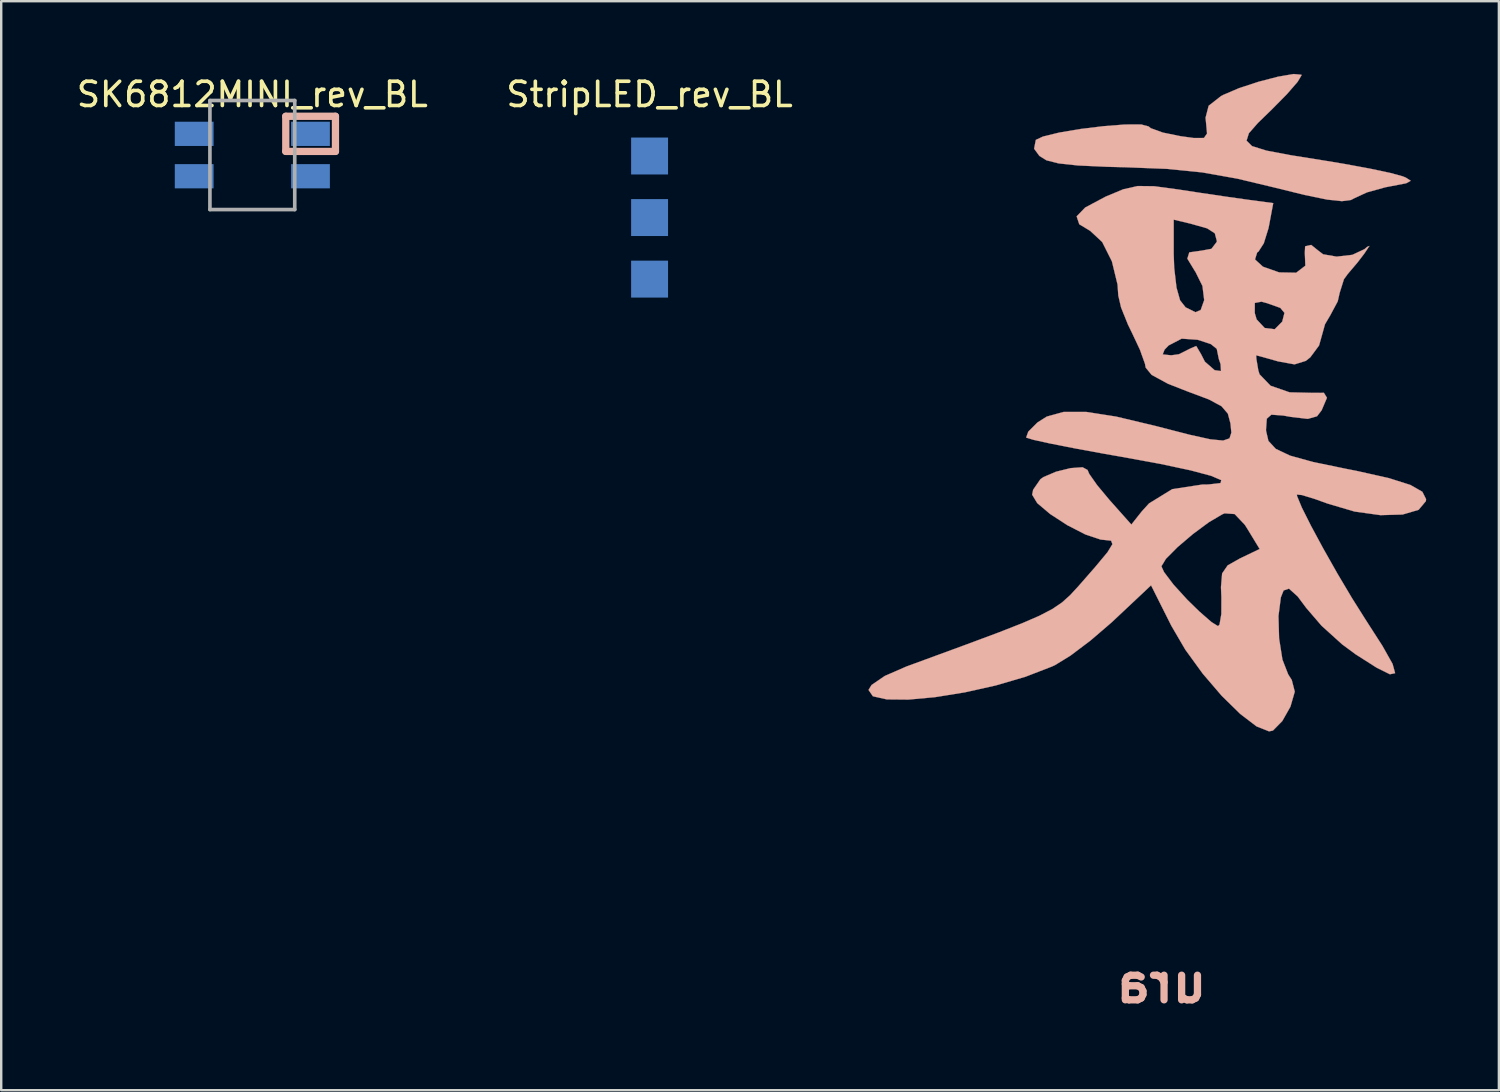
<source format=kicad_pcb>
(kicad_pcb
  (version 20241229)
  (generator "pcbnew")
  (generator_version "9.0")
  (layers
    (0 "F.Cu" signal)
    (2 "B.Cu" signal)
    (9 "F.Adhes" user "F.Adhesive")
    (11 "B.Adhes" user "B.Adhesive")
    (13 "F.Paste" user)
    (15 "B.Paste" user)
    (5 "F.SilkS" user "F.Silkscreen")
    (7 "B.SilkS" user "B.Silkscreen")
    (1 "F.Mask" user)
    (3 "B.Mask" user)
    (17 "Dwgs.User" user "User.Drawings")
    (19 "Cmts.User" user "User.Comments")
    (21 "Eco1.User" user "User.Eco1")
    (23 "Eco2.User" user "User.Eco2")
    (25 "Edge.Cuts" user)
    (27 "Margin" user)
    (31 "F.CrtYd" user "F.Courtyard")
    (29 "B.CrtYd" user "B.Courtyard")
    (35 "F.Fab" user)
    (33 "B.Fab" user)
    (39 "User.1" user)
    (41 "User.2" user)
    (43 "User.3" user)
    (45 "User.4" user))
  (footprint "ura"
    (layer "F.Cu")
    (at 47.417 14.66)
    (property "Reference" "ura" (at -2.54 22.86 180) (layer "B.SilkS") (effects (font (size 1.524 1.524) (thickness 0.3)) (justify mirror)))
    (attr through_hole)
    (fp_poly (pts (xy 2.272 -14.545) (xy 1.468 -14.336) (xy 0.66 -14.071) (xy 0.004 -13.79) (xy -0.082 -13.743) (xy -0.59 -13.346) (xy -0.718 -12.853) (xy -0.696 -12.627) (xy -0.657 -12.2) (xy -0.785 -12.017) (xy -1.205 -12.015) (xy -1.757 -12.091) (xy -2.483 -12.24) (xy -2.975 -12.418) (xy -3.071 -12.494) (xy -3.379 -12.575) (xy -4.043 -12.572) (xy -4.921 -12.504) (xy -5.872 -12.388) (xy -6.753 -12.24) (xy -7.423 -12.077) (xy -7.723 -11.937) (xy -7.793 -11.573) (xy -7.575 -11.276) (xy -7.285 -11.095) (xy -6.78 -10.967) (xy -5.978 -10.881) (xy -4.794 -10.827) (xy -4.03 -10.808) (xy -2.311 -10.741) (xy -0.853 -10.595) (xy 0.587 -10.339) (xy 2.063 -9.987) (xy 3.383 -9.662) (xy 4.303 -9.473) (xy 4.909 -9.409) (xy 5.284 -9.458) (xy 5.434 -9.537) (xy 5.944 -9.772) (xy 6.699 -9.981) (xy 6.927 -10.025) (xy 7.561 -10.147) (xy 7.749 -10.25) (xy 7.547 -10.381) (xy 7.416 -10.434) (xy 6.921 -10.57) (xy 6.063 -10.752) (xy 4.982 -10.951) (xy 4.26 -11.071) (xy 2.799 -11.305) (xy 1.794 -11.495) (xy 1.2 -11.681) (xy 0.974 -11.906) (xy 1.07 -12.211) (xy 1.444 -12.638) (xy 2.005 -13.182) (xy 2.642 -13.827) (xy 3.083 -14.335) (xy 3.245 -14.609) (xy 3.239 -14.626) (xy 2.915 -14.655) (xy 2.272 -14.545)) (stroke (width 0.01) (type solid)) (fill yes) (layer "B.SilkS"))
    (fp_poly (pts (xy -4.117 -9.898) (xy -4.836 -9.598) (xy -4.849 -9.592) (xy -5.683 -9.148) (xy -6.038 -8.781) (xy -5.93 -8.456) (xy -5.476 -8.181) (xy -4.983 -7.722) (xy -4.583 -6.926) (xy -4.35 -5.968) (xy -4.319 -5.514) (xy -4.205 -5.023) (xy -3.919 -4.313) (xy -3.761 -3.99) (xy -3.424 -3.273) (xy -3.218 -2.697) (xy -3.189 -2.54) (xy -2.942 -2.239) (xy -2.266 -1.872) (xy -1.486 -1.566) (xy -0.585 -1.228) (xy -0.06 -0.947) (xy 0.202 -0.641) (xy 0.311 -0.233) (xy 0.347 0.146) (xy 0.27 0.38) (xy 0.008 0.47) (xy -0.515 0.42) (xy -1.373 0.231) (xy -2.639 -0.095) (xy -2.781 -0.132) (xy -4.409 -0.519) (xy -5.648 -0.712) (xy -6.575 -0.711) (xy -7.269 -0.52) (xy -7.655 -0.276) (xy -8.034 0.103) (xy -8.121 0.345) (xy -8.118 0.348) (xy -7.832 0.437) (xy -7.135 0.591) (xy -6.118 0.791) (xy -4.871 1.02) (xy -4.186 1.14) (xy -2.569 1.436) (xy -1.328 1.701) (xy -0.487 1.926) (xy -0.07 2.104) (xy -0.101 2.225) (xy -0.603 2.283) (xy -0.855 2.286) (xy -2.092 2.475) (xy -3.049 3.063) (xy -3.351 3.395) (xy -3.78 3.936) (xy -4.684 2.92) (xy -5.191 2.312) (xy -5.519 1.845) (xy -5.588 1.683) (xy -5.794 1.572) (xy -6.289 1.608) (xy -6.887 1.755) (xy -7.405 1.976) (xy -7.532 2.065) (xy -7.833 2.5) (xy -7.874 2.704) (xy -7.664 3.052) (xy -7.13 3.503) (xy -6.418 3.965) (xy -5.676 4.346) (xy -5.048 4.556) (xy -4.888 4.572) (xy -4.615 4.603) (xy -4.562 4.747) (xy -4.765 5.079) (xy -5.261 5.675) (xy -5.588 6.049) (xy -5.978 6.495) (xy -6.306 6.85) (xy -6.637 7.148) (xy -7.035 7.419) (xy -7.563 7.695) (xy -8.285 8.009) (xy -9.265 8.393) (xy -10.568 8.879) (xy -12.256 9.499) (xy -13.061 9.794) (xy -13.955 10.184) (xy -14.501 10.557) (xy -14.626 10.761) (xy -14.446 11.023) (xy -13.869 11.152) (xy -12.984 11.16) (xy -11.88 11.059) (xy -10.646 10.86) (xy -9.372 10.575) (xy -8.147 10.216) (xy -7.06 9.796) (xy -6.929 9.736) (xy -6.291 9.344) (xy -5.46 8.717) (xy -4.602 7.98) (xy -4.483 7.869) (xy -2.967 6.444) (xy -2.13 8.112) (xy -1.552 9.101) (xy -0.835 10.089) (xy -0.055 10.999) (xy 0.712 11.751) (xy 1.39 12.268) (xy 1.904 12.471) (xy 2.062 12.438) (xy 2.449 12.045) (xy 2.785 11.451) (xy 2.964 10.833) (xy 2.84 10.351) (xy 2.692 10.118) (xy 2.455 9.511) (xy 2.317 8.638) (xy 2.291 7.711) (xy 2.389 6.942) (xy 2.502 6.657) (xy 2.724 6.581) (xy 3.084 6.904) (xy 3.434 7.373) (xy 4.068 8.111) (xy 4.916 8.878) (xy 5.47 9.288) (xy 6.347 9.846) (xy 6.89 10.115) (xy 7.105 10.07) (xy 7 9.688) (xy 6.581 8.943) (xy 5.876 7.846) (xy 5.324 6.97) (xy 4.727 5.965) (xy 4.15 4.945) (xy 1.514 4.945) (xy 0.694 5.339) (xy 0.195 5.621) (xy -0.034 5.953) (xy -0.082 6.517) (xy -0.065 6.931) (xy -0.067 7.63) (xy -0.141 8.061) (xy -0.203 8.128) (xy -0.474 7.96) (xy -0.974 7.524) (xy -1.471 7.039) (xy -2.042 6.412) (xy -2.43 5.899) (xy -2.54 5.659) (xy -2.351 5.347) (xy -1.872 4.866) (xy -1.236 4.325) (xy -0.576 3.837) (xy -0.025 3.513) (xy 0.07 3.474) (xy 0.482 3.503) (xy 0.902 3.946) (xy 1.018 4.129) (xy 1.514 4.945) (xy 4.15 4.945) (xy 4.144 4.935) (xy 3.633 3.988) (xy 3.252 3.229) (xy 3.06 2.765) (xy 3.048 2.699) (xy 3.261 2.719) (xy 3.81 2.888) (xy 4.321 3.072) (xy 5.433 3.4) (xy 6.498 3.548) (xy 7.413 3.523) (xy 8.073 3.329) (xy 8.374 2.97) (xy 8.382 2.888) (xy 8.228 2.583) (xy 7.733 2.301) (xy 6.846 2.02) (xy 5.516 1.722) (xy 5.088 1.638) (xy 3.713 1.354) (xy 2.769 1.092) (xy 2.181 0.814) (xy 1.876 0.485) (xy 1.779 0.069) (xy 1.778 0.003) (xy 1.81 -0.433) (xy 1.999 -0.598) (xy 2.487 -0.562) (xy 2.802 -0.506) (xy 3.5 -0.424) (xy 3.882 -0.532) (xy 4.072 -0.778) (xy 4.292 -1.295) (xy 4.166 -1.5) (xy 3.747 -1.497) (xy 2.751 -1.52) (xy 1.965 -1.792) (xy 1.51 -2.264) (xy 1.468 -2.398) (xy -0.081 -2.398) (xy -0.343 -2.434) (xy -0.746 -2.786) (xy -0.905 -3.097) (xy -1.103 -3.433) (xy -1.346 -3.328) (xy -1.821 -3.091) (xy -2.137 -3.048) (xy -2.487 -3.085) (xy -2.41 -3.28) (xy -2.242 -3.455) (xy -1.704 -3.735) (xy -1.044 -3.689) (xy -0.499 -3.51) (xy -0.255 -3.313) (xy -0.254 -3.303) (xy -0.171 -2.898) (xy -0.099 -2.685) (xy -0.081 -2.398) (xy 1.468 -2.398) (xy 1.459 -2.427) (xy 1.38 -2.895) (xy 1.37 -3.048) (xy 1.607 -2.986) (xy 2.151 -2.833) (xy 2.272 -2.798) (xy 2.954 -2.674) (xy 3.419 -2.818) (xy 3.604 -2.964) (xy 3.966 -3.453) (xy 4.064 -3.801) (xy 4.211 -4.329) (xy 4.437 -4.714) (xy 4.482 -4.799) (xy 2.538 -4.799) (xy 2.448 -4.445) (xy 2.445 -4.437) (xy 2.135 -4.124) (xy 1.723 -4.174) (xy 1.39 -4.529) (xy 1.313 -4.789) (xy 1.315 -5.209) (xy 1.591 -5.261) (xy 1.821 -5.199) (xy 2.367 -5.004) (xy 2.538 -4.799) (xy 4.482 -4.799) (xy 4.737 -5.275) (xy 4.818 -5.633) (xy 4.992 -6.185) (xy 5.144 -6.396) (xy 5.55 -6.875) (xy 5.83 -7.24) (xy 6.046 -7.562) (xy 5.948 -7.521) (xy 5.842 -7.429) (xy 5.339 -7.194) (xy 4.691 -7.12) (xy 4.134 -7.216) (xy 3.937 -7.366) (xy 3.642 -7.603) (xy 3.391 -7.546) (xy 3.378 -7.279) (xy 3.399 -6.746) (xy 3.022 -6.456) (xy 2.323 -6.469) (xy 2.321 -6.469) (xy 1.65 -6.705) (xy 1.323 -7.004) (xy 1.412 -7.292) (xy 1.468 -7.331) (xy 1.686 -7.67) (xy 1.705 -7.732) (xy -0.254 -7.732) (xy -0.475 -7.442) (xy -0.889 -7.366) (xy -1.389 -7.296) (xy -1.47 -7.037) (xy -1.152 -6.514) (xy -1.135 -6.492) (xy -0.846 -5.909) (xy -0.774 -5.326) (xy -0.919 -4.917) (xy -1.134 -4.826) (xy -1.542 -5.027) (xy -1.769 -5.317) (xy -1.917 -5.842) (xy -2.012 -6.656) (xy -2.032 -7.227) (xy -2.032 -8.646) (xy -1.333 -8.479) (xy -0.651 -8.286) (xy -0.336 -8.083) (xy -0.255 -7.775) (xy -0.254 -7.732) (xy 1.705 -7.732) (xy 1.879 -8.291) (xy 1.903 -8.411) (xy 2.075 -9.327) (xy 0.974 -9.475) (xy 0.126 -9.595) (xy -0.962 -9.756) (xy -1.864 -9.894) (xy -2.838 -10.025) (xy -3.52 -10.033) (xy -4.117 -9.898)) (stroke (width 0.01) (type solid)) (fill yes) (layer "B.SilkS")))
  (footprint "StripLED_rev_BL"
    (layer "F.Cu")
    (at 23.756 3.388)
    (property "Reference" "StripLED_rev_BL" (at 0 -2.54 0) (layer "F.SilkS") (effects (font (size 1 1) (thickness 0.15))))
    (attr through_hole)
    (pad "1" smd rect (at 0 5.08) (size 1.524 1.524) (layers "B.Cu" "B.Mask" "B.Paste"))
    (pad "2" smd rect (at 0 2.54) (size 1.524 1.524) (layers "B.Cu" "B.Mask" "B.Paste"))
    (pad "3" smd rect (at 0 0) (size 1.524 1.524) (layers "B.Cu" "B.Mask" "B.Paste")))
  (footprint "SK6812MINI_rev_BL"
    (layer "F.Cu")
    (at 7.363 3.348)
    (property "Reference" "SK6812MINI_rev_BL" (at 0 -2.5 0) (layer "F.SilkS") (effects (font (size 1 1) (thickness 0.15))))
    (attr through_hole)
    (fp_line (start 1.38 -1.6) (end 3.43 -1.6) (stroke (width 0.3) (type solid)) (layer "B.SilkS"))
    (fp_line (start 1.38 -0.15) (end 1.38 -1.6) (stroke (width 0.3) (type solid)) (layer "B.SilkS"))
    (fp_line (start 3.43 -1.6) (end 3.43 -0.15) (stroke (width 0.3) (type solid)) (layer "B.SilkS"))
    (fp_line (start 3.43 -0.15) (end 1.38 -0.15) (stroke (width 0.3) (type solid)) (layer "B.SilkS"))
    (fp_line (start -1.75 -2.25) (end -1.75 2.25) (stroke (width 0.15) (type solid)) (layer "F.Fab"))
    (fp_line (start -1.75 -2.25) (end 1.75 -2.25) (stroke (width 0.15) (type solid)) (layer "F.Fab"))
    (fp_line (start 1.75 -2.25) (end 1.75 2.25) (stroke (width 0.15) (type solid)) (layer "F.Fab"))
    (fp_line (start 1.75 2.25) (end -1.75 2.25) (stroke (width 0.15) (type solid)) (layer "F.Fab"))
    (pad "1" smd rect (at -2.4 -0.875) (size 1.6 1) (layers "B.Cu" "B.Mask" "B.Paste"))
    (pad "2" smd rect (at -2.4 0.875) (size 1.6 1) (layers "B.Cu" "B.Mask" "B.Paste"))
    (pad "3" smd rect (at 2.4 0.875) (size 1.6 1) (layers "B.Cu" "B.Mask" "B.Paste"))
    (pad "4" smd rect (at 2.4 -0.875) (size 1.6 1) (layers "B.Cu" "B.Mask" "B.Paste")))
  (gr_rect
    (start -3 -3)
    (end 58.804 41.938)
    (stroke (width 0.1) (type default))
    (fill no)
    (layer "Edge.Cuts")))
</source>
